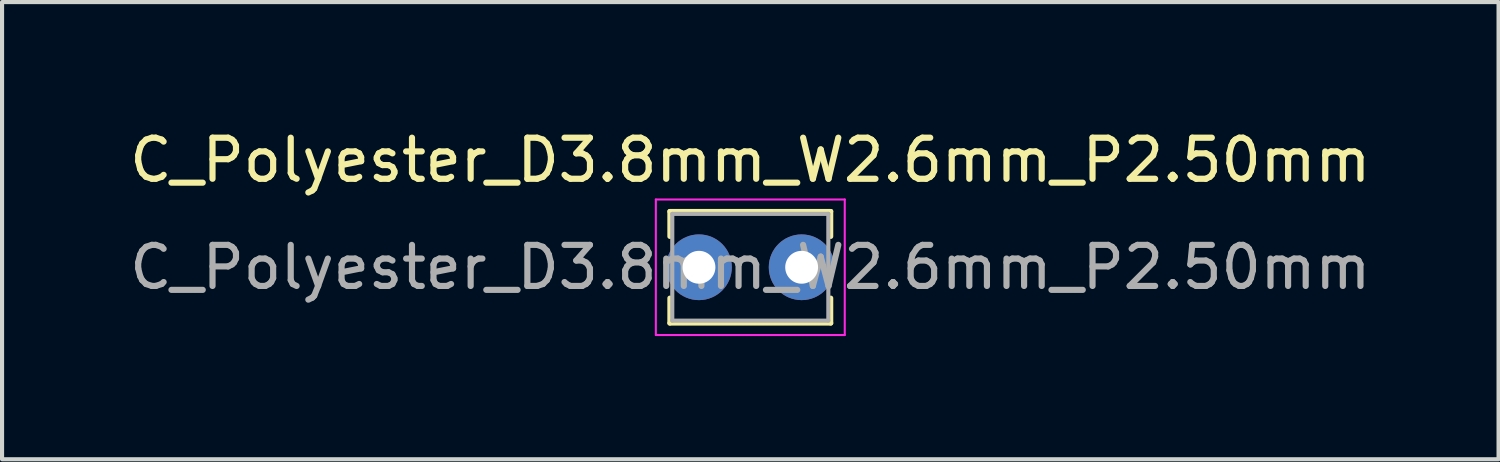
<source format=kicad_pcb>
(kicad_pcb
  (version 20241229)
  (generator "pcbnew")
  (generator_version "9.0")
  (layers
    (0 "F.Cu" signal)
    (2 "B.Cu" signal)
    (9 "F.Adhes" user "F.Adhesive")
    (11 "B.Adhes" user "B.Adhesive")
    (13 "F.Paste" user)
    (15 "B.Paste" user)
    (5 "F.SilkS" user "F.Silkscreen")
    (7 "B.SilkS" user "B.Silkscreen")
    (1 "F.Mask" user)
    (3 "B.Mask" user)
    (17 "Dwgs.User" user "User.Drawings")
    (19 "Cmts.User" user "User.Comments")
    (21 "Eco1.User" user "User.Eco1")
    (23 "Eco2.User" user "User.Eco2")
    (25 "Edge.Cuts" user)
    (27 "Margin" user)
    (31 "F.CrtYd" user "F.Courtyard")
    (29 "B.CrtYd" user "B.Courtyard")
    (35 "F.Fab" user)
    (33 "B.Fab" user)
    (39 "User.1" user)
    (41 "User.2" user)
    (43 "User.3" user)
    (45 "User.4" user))
  (footprint "C_Polyester_D3.8mm_W2.6mm_P2.50mm"
    (layer "F.Cu")
    (at 13.97 3.458)
    (property "Reference" "C_Polyester_D3.8mm_W2.6mm_P2.50mm" (at 1.25 -2.61 0) (layer "F.SilkS") (effects (font (size 1 1) (thickness 0.15))))
    (attr through_hole)
    (fp_line (start -0.71 -1.36) (end -0.71 -0.75) (stroke (width 0.12) (type solid)) (layer "F.SilkS"))
    (fp_line (start -0.71 -1.36) (end 3.21 -1.36) (stroke (width 0.12) (type solid)) (layer "F.SilkS"))
    (fp_line (start -0.71 0.75) (end -0.71 1.36) (stroke (width 0.12) (type solid)) (layer "F.SilkS"))
    (fp_line (start -0.71 1.36) (end 3.21 1.36) (stroke (width 0.12) (type solid)) (layer "F.SilkS"))
    (fp_line (start 3.21 -1.36) (end 3.21 -0.75) (stroke (width 0.12) (type solid)) (layer "F.SilkS"))
    (fp_line (start 3.21 0.75) (end 3.21 1.36) (stroke (width 0.12) (type solid)) (layer "F.SilkS"))
    (fp_line (start -1.05 -1.65) (end -1.05 1.65) (stroke (width 0.05) (type solid)) (layer "F.CrtYd"))
    (fp_line (start -1.05 1.65) (end 3.55 1.65) (stroke (width 0.05) (type solid)) (layer "F.CrtYd"))
    (fp_line (start 3.55 -1.65) (end -1.05 -1.65) (stroke (width 0.05) (type solid)) (layer "F.CrtYd"))
    (fp_line (start 3.55 1.65) (end 3.55 -1.65) (stroke (width 0.05) (type solid)) (layer "F.CrtYd"))
    (fp_line (start -0.65 -1.3) (end -0.65 1.3) (stroke (width 0.1) (type solid)) (layer "F.Fab"))
    (fp_line (start -0.65 1.3) (end 3.15 1.3) (stroke (width 0.1) (type solid)) (layer "F.Fab"))
    (fp_line (start 3.15 -1.3) (end -0.65 -1.3) (stroke (width 0.1) (type solid)) (layer "F.Fab"))
    (fp_line (start 3.15 1.3) (end 3.15 -1.3) (stroke (width 0.1) (type solid)) (layer "F.Fab"))
    (fp_text user "${REFERENCE}" (at 1.25 0 0) (layer "F.Fab") (effects (font (size 1 1) (thickness 0.15))))
    (pad "1" thru_hole circle (at 0 0) (size 1.6 1.6) (drill 0.8) (layers "*.Cu" "*.Mask"))
    (pad "2" thru_hole circle (at 2.5 0) (size 1.6 1.6) (drill 0.8) (layers "*.Cu" "*.Mask")))
  (gr_rect
    (start -3 -3)
    (end 33.44 8.133)
    (stroke (width 0.1) (type default))
    (fill no)
    (layer "Edge.Cuts")))
</source>
